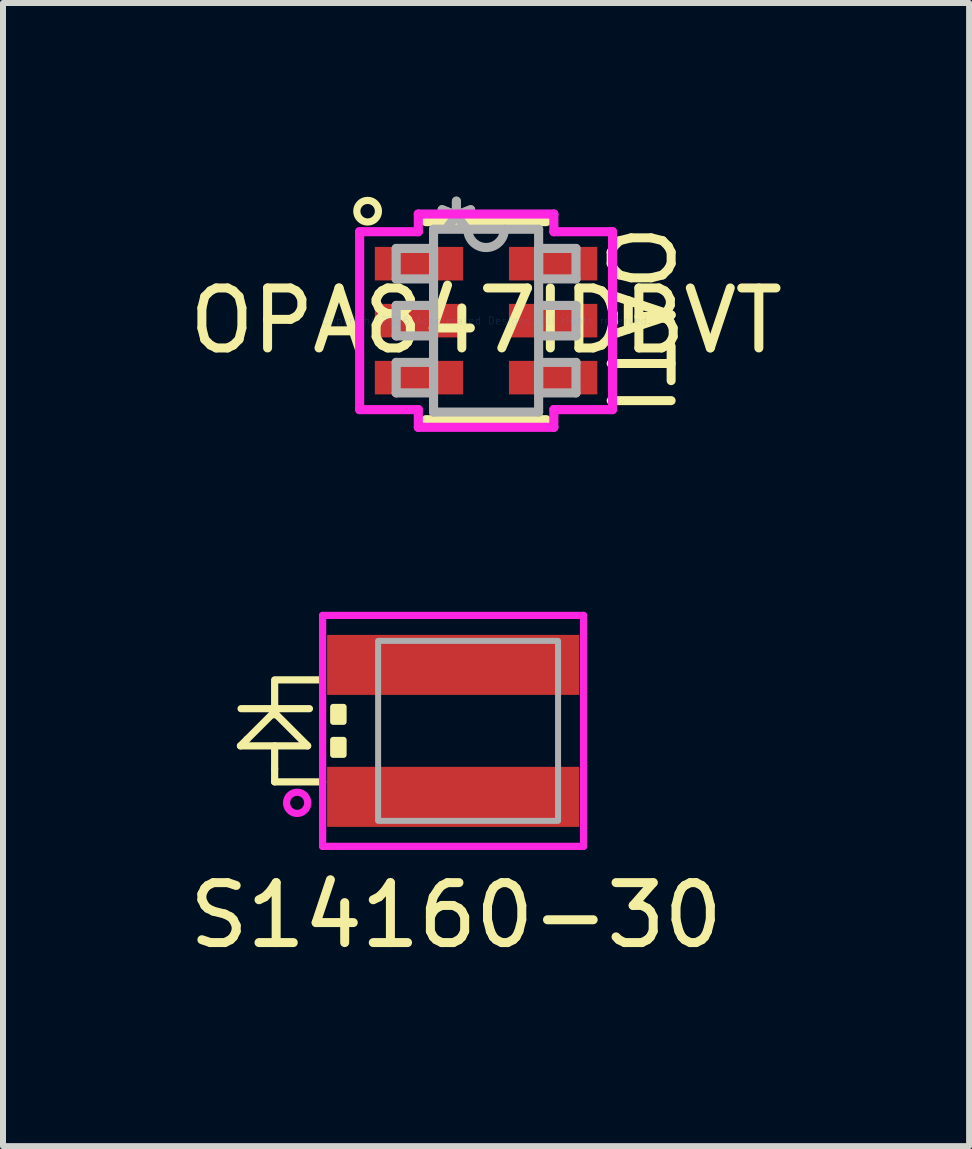
<source format=kicad_pcb>
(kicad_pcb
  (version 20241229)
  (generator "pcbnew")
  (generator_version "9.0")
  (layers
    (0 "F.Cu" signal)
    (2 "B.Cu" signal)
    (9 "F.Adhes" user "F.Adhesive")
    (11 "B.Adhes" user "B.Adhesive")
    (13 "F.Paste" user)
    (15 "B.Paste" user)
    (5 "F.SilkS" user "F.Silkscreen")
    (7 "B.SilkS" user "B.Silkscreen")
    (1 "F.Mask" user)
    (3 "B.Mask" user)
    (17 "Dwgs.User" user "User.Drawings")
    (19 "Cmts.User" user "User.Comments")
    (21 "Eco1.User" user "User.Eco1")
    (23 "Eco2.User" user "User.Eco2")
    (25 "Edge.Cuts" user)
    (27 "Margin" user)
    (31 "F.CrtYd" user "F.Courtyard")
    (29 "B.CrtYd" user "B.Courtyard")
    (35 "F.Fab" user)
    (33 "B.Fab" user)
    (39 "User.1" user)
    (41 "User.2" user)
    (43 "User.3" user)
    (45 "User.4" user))
  (footprint "S14160-30"
    (layer "F.Cu")
    (at 4.754 9.135)
    (property "Reference" "S14160-30" (at -0.2 3.075 0) (unlocked yes) (layer "F.SilkS") (effects (font (size 1 1) (thickness 0.15))))
    (attr smd)
    (fp_line (start -3.795 0.25) (end -2.675 0.25) (stroke (width 0.12) (type solid)) (layer "F.SilkS"))
    (fp_line (start -3.785 -0.37) (end -2.645 -0.37) (stroke (width 0.12) (type solid)) (layer "F.SilkS"))
    (fp_line (start -3.685 0.14) (end -3.795 0.25) (stroke (width 0.12) (type solid)) (layer "F.SilkS"))
    (fp_line (start -3.235 -0.31) (end -3.685 0.14) (stroke (width 0.12) (type solid)) (layer "F.SilkS"))
    (fp_line (start -3.225 -0.85) (end -2.45 -0.85) (stroke (width 0.12) (type solid)) (layer "F.SilkS"))
    (fp_line (start -3.225 -0.82) (end -3.225 -0.42) (stroke (width 0.12) (type solid)) (layer "F.SilkS"))
    (fp_line (start -3.225 0.25) (end -3.225 0.63) (stroke (width 0.12) (type solid)) (layer "F.SilkS"))
    (fp_line (start -3.225 0.63) (end -3.225 0.85) (stroke (width 0.12) (type solid)) (layer "F.SilkS"))
    (fp_line (start -3.225 0.85) (end -2.425 0.85) (stroke (width 0.12) (type solid)) (layer "F.SilkS"))
    (fp_line (start -3.195 -0.27) (end -3.265 -0.27) (stroke (width 0.12) (type solid)) (layer "F.SilkS"))
    (fp_line (start -2.675 0.25) (end -3.195 -0.27) (stroke (width 0.12) (type solid)) (layer "F.SilkS"))
    (fp_rect (start -2.425 -1.925) (end 1.925 1.925) (stroke (width 0.1) (type solid)) (fill no) (layer "F.SilkS"))
    (fp_rect (start -2.075 -0.4) (end -2.25 -0.15) (stroke (width 0.1) (type solid)) (fill yes) (layer "F.SilkS"))
    (fp_rect (start -2.075 0.15) (end -2.25 0.4) (stroke (width 0.1) (type solid)) (fill yes) (layer "F.SilkS"))
    (fp_line (start -2.425 -1.925) (end 1.925 -1.925) (stroke (width 0.12) (type solid)) (layer "F.CrtYd"))
    (fp_line (start -2.425 1.925) (end -2.425 -1.925) (stroke (width 0.12) (type solid)) (layer "F.CrtYd"))
    (fp_line (start 1.925 -1.925) (end 1.925 1.925) (stroke (width 0.12) (type solid)) (layer "F.CrtYd"))
    (fp_line (start 1.925 1.925) (end -2.425 1.925) (stroke (width 0.12) (type solid)) (layer "F.CrtYd"))
    (fp_circle (center -2.85 1.2) (end -2.725 1.325) (stroke (width 0.12) (type solid)) (fill no) (layer "F.CrtYd"))
    (fp_rect (start -1.5 -1.5) (end 1.5 1.5) (stroke (width 0.1) (type solid)) (fill no) (layer "F.Fab"))
    (pad "1" smd rect (at -0.25 1.1) (size 4.2 1) (layers "F.Cu" "F.Mask" "F.Paste"))
    (pad "2" smd rect (at -0.25 -1.1) (size 4.2 1) (layers "F.Cu" "F.Mask" "F.Paste")))
  (footprint "OPA847IDBVT"
    (layer "F.Cu")
    (at 5.054 2.296)
    (property "Reference" "OPA847IDBVT" (at 0 0 0) (layer "F.SilkS") (effects (font (size 1 1) (thickness 0.15))))
    (attr through_hole)
    (fp_line (start -1.003 1.651) (end 1.003 1.651) (stroke (width 0.152) (type solid)) (layer "F.SilkS"))
    (fp_line (start 1.003 -1.651) (end -1.003 -1.651) (stroke (width 0.152) (type solid)) (layer "F.SilkS"))
    (fp_circle (center -1.975 -1.825) (end -1.875 -1.675) (stroke (width 0.12) (type solid)) (fill no) (layer "F.SilkS"))
    (fp_line (start -2.108 -1.483) (end -1.13 -1.483) (stroke (width 0.152) (type solid)) (layer "F.CrtYd"))
    (fp_line (start -2.108 1.483) (end -2.108 -1.483) (stroke (width 0.152) (type solid)) (layer "F.CrtYd"))
    (fp_line (start -1.13 -1.778) (end 1.13 -1.778) (stroke (width 0.152) (type solid)) (layer "F.CrtYd"))
    (fp_line (start -1.13 -1.483) (end -1.13 -1.778) (stroke (width 0.152) (type solid)) (layer "F.CrtYd"))
    (fp_line (start -1.13 1.483) (end -2.108 1.483) (stroke (width 0.152) (type solid)) (layer "F.CrtYd"))
    (fp_line (start -1.13 1.778) (end -1.13 1.483) (stroke (width 0.152) (type solid)) (layer "F.CrtYd"))
    (fp_line (start 1.13 -1.778) (end 1.13 -1.483) (stroke (width 0.152) (type solid)) (layer "F.CrtYd"))
    (fp_line (start 1.13 -1.483) (end 2.108 -1.483) (stroke (width 0.152) (type solid)) (layer "F.CrtYd"))
    (fp_line (start 1.13 1.483) (end 1.13 1.778) (stroke (width 0.152) (type solid)) (layer "F.CrtYd"))
    (fp_line (start 1.13 1.778) (end -1.13 1.778) (stroke (width 0.152) (type solid)) (layer "F.CrtYd"))
    (fp_line (start 2.108 -1.483) (end 2.108 1.483) (stroke (width 0.152) (type solid)) (layer "F.CrtYd"))
    (fp_line (start 2.108 1.483) (end 1.13 1.483) (stroke (width 0.152) (type solid)) (layer "F.CrtYd"))
    (fp_line (start -1.499 -1.204) (end -1.499 -0.696) (stroke (width 0.152) (type solid)) (layer "F.Fab"))
    (fp_line (start -1.499 -0.696) (end -0.876 -0.696) (stroke (width 0.152) (type solid)) (layer "F.Fab"))
    (fp_line (start -1.499 -0.254) (end -1.499 0.254) (stroke (width 0.152) (type solid)) (layer "F.Fab"))
    (fp_line (start -1.499 0.254) (end -0.876 0.254) (stroke (width 0.152) (type solid)) (layer "F.Fab"))
    (fp_line (start -1.499 0.696) (end -1.499 1.204) (stroke (width 0.152) (type solid)) (layer "F.Fab"))
    (fp_line (start -1.499 1.204) (end -0.876 1.204) (stroke (width 0.152) (type solid)) (layer "F.Fab"))
    (fp_line (start -0.876 -1.524) (end -0.876 1.524) (stroke (width 0.152) (type solid)) (layer "F.Fab"))
    (fp_line (start -0.876 -1.204) (end -1.499 -1.204) (stroke (width 0.152) (type solid)) (layer "F.Fab"))
    (fp_line (start -0.876 -0.696) (end -0.876 -1.204) (stroke (width 0.152) (type solid)) (layer "F.Fab"))
    (fp_line (start -0.876 -0.254) (end -1.499 -0.254) (stroke (width 0.152) (type solid)) (layer "F.Fab"))
    (fp_line (start -0.876 0.254) (end -0.876 -0.254) (stroke (width 0.152) (type solid)) (layer "F.Fab"))
    (fp_line (start -0.876 0.696) (end -1.499 0.696) (stroke (width 0.152) (type solid)) (layer "F.Fab"))
    (fp_line (start -0.876 1.204) (end -0.876 0.696) (stroke (width 0.152) (type solid)) (layer "F.Fab"))
    (fp_line (start -0.876 1.524) (end 0.876 1.524) (stroke (width 0.152) (type solid)) (layer "F.Fab"))
    (fp_line (start 0.876 -1.524) (end -0.876 -1.524) (stroke (width 0.152) (type solid)) (layer "F.Fab"))
    (fp_line (start 0.876 -1.204) (end 0.876 -0.696) (stroke (width 0.152) (type solid)) (layer "F.Fab"))
    (fp_line (start 0.876 -0.696) (end 1.499 -0.696) (stroke (width 0.152) (type solid)) (layer "F.Fab"))
    (fp_line (start 0.876 -0.254) (end 0.876 0.254) (stroke (width 0.152) (type solid)) (layer "F.Fab"))
    (fp_line (start 0.876 0.254) (end 1.499 0.254) (stroke (width 0.152) (type solid)) (layer "F.Fab"))
    (fp_line (start 0.876 0.696) (end 0.876 1.204) (stroke (width 0.152) (type solid)) (layer "F.Fab"))
    (fp_line (start 0.876 1.204) (end 1.499 1.204) (stroke (width 0.152) (type solid)) (layer "F.Fab"))
    (fp_line (start 0.876 1.524) (end 0.876 -1.524) (stroke (width 0.152) (type solid)) (layer "F.Fab"))
    (fp_line (start 1.499 -1.204) (end 0.876 -1.204) (stroke (width 0.152) (type solid)) (layer "F.Fab"))
    (fp_line (start 1.499 -0.696) (end 1.499 -1.204) (stroke (width 0.152) (type solid)) (layer "F.Fab"))
    (fp_line (start 1.499 -0.254) (end 0.876 -0.254) (stroke (width 0.152) (type solid)) (layer "F.Fab"))
    (fp_line (start 1.499 0.254) (end 1.499 -0.254) (stroke (width 0.152) (type solid)) (layer "F.Fab"))
    (fp_line (start 1.499 0.696) (end 0.876 0.696) (stroke (width 0.152) (type solid)) (layer "F.Fab"))
    (fp_line (start 1.499 1.204) (end 1.499 0.696) (stroke (width 0.152) (type solid)) (layer "F.Fab"))
    (fp_arc (start 0.3048 -1.524) (mid 0 -1.2192) (end -0.3048 -1.524) (stroke (width 0.1524) (type solid)) (layer "F.Fab"))
    (fp_text user "OATI" (at 2.54 0 270) (unlocked yes) (layer "F.SilkS") (effects (font (size 1 1) (thickness 0.15))))
    (fp_text user "Copyright 2016 Accelerated Designs. All rights reserved." (at 0 0 0) (layer "Cmts.User") (effects (font (size 0.127 0.127) (thickness 0.002))))
    (fp_text user "*" (at -0.495 -1.448 0) (layer "F.Fab") (effects (font (size 1 1) (thickness 0.15))))
    (fp_text user "*" (at -0.495 -1.448 0) (layer "F.Fab") (effects (font (size 1 1) (thickness 0.15))))
    (pad "1" smd rect (at -1.118 -0.95) (size 1.473 0.559) (layers "F.Cu" "F.Mask" "F.Paste"))
    (pad "2" smd rect (at -1.118 0) (size 1.473 0.559) (layers "F.Cu" "F.Mask" "F.Paste"))
    (pad "3" smd rect (at -1.118 0.95) (size 1.473 0.559) (layers "F.Cu" "F.Mask" "F.Paste"))
    (pad "4" smd rect (at 1.118 0.95) (size 1.473 0.559) (layers "F.Cu" "F.Mask" "F.Paste"))
    (pad "5" smd rect (at 1.118 0) (size 1.473 0.559) (layers "F.Cu" "F.Mask" "F.Paste"))
    (pad "6" smd rect (at 1.118 -0.95) (size 1.473 0.559) (layers "F.Cu" "F.Mask" "F.Paste")))
  (gr_rect
    (start -3 -3)
    (end 13.107 16.058)
    (stroke (width 0.1) (type default))
    (fill no)
    (layer "Edge.Cuts")))
</source>
